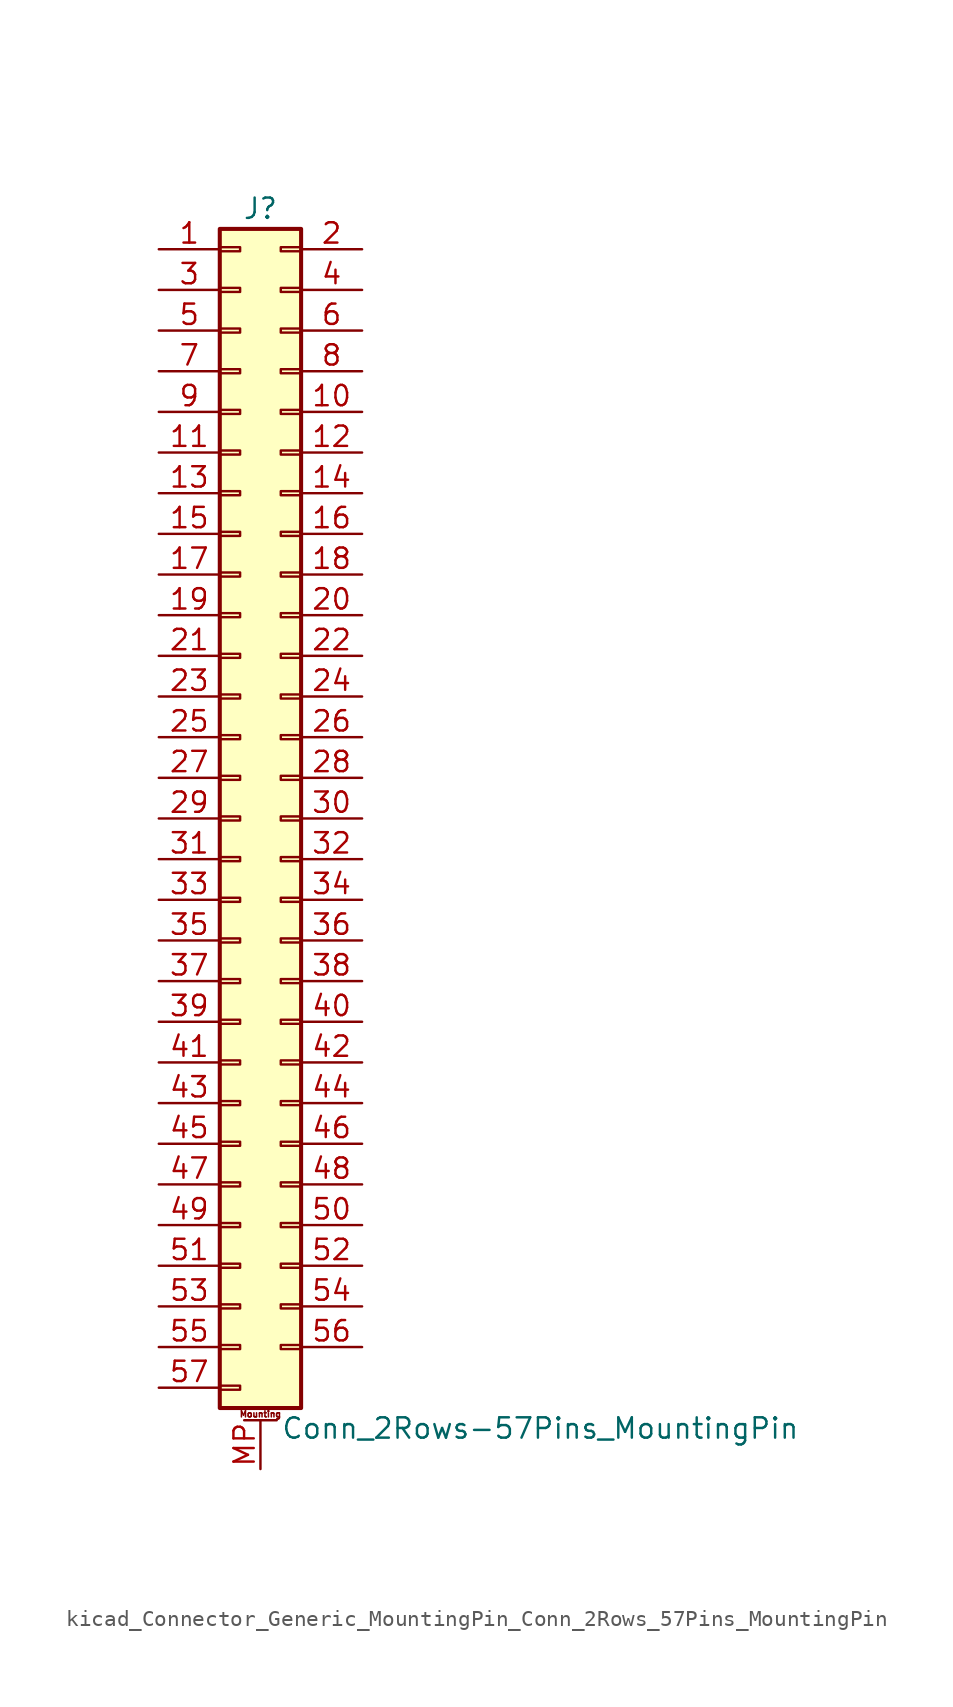
<source format=kicad_sym>
(kicad_symbol_lib
  (version 20220914)
  (generator kicad_symbol_editor)
  (symbol "kicad_Connector_Generic_MountingPin_Conn_2Rows_57Pins_MountingPin"
    (pin_names
      (offset 1.016) hide)
    (property "Reference" "J"
      (at 1.27 38.1 0)
      (effects (font (size 1.27 1.27))))
    (property "Value" "Conn_2Rows-57Pins_MountingPin"
      (at 2.54 -38.1 0)
      (effects (font (size 1.27 1.27)) (justify left)))
    (symbol "kicad_Connector_Generic_MountingPin_Conn_2Rows_57Pins_MountingPin_1_1"
      (rectangle (start -1.27 -35.433) (end 0 -35.687) (stroke (width 0.152) (type default)) (fill (type none)))
      (rectangle (start -1.27 -32.893) (end 0 -33.147) (stroke (width 0.152) (type default)) (fill (type none)))
      (rectangle (start -1.27 -30.353) (end 0 -30.607) (stroke (width 0.152) (type default)) (fill (type none)))
      (rectangle (start -1.27 -27.813) (end 0 -28.067) (stroke (width 0.152) (type default)) (fill (type none)))
      (rectangle (start -1.27 -25.273) (end 0 -25.527) (stroke (width 0.152) (type default)) (fill (type none)))
      (rectangle (start -1.27 -22.733) (end 0 -22.987) (stroke (width 0.152) (type default)) (fill (type none)))
      (rectangle (start -1.27 -20.193) (end 0 -20.447) (stroke (width 0.152) (type default)) (fill (type none)))
      (rectangle (start -1.27 -17.653) (end 0 -17.907) (stroke (width 0.152) (type default)) (fill (type none)))
      (rectangle (start -1.27 -15.113) (end 0 -15.367) (stroke (width 0.152) (type default)) (fill (type none)))
      (rectangle (start -1.27 -12.573) (end 0 -12.827) (stroke (width 0.152) (type default)) (fill (type none)))
      (rectangle (start -1.27 -10.033) (end 0 -10.287) (stroke (width 0.152) (type default)) (fill (type none)))
      (rectangle (start -1.27 -7.493) (end 0 -7.747) (stroke (width 0.152) (type default)) (fill (type none)))
      (rectangle (start -1.27 -4.953) (end 0 -5.207) (stroke (width 0.152) (type default)) (fill (type none)))
      (rectangle (start -1.27 -2.413) (end 0 -2.667) (stroke (width 0.152) (type default)) (fill (type none)))
      (rectangle (start -1.27 0.127) (end 0 -0.127) (stroke (width 0.152) (type default)) (fill (type none)))
      (rectangle (start -1.27 2.667) (end 0 2.413) (stroke (width 0.152) (type default)) (fill (type none)))
      (rectangle (start -1.27 5.207) (end 0 4.953) (stroke (width 0.152) (type default)) (fill (type none)))
      (rectangle (start -1.27 7.747) (end 0 7.493) (stroke (width 0.152) (type default)) (fill (type none)))
      (rectangle (start -1.27 10.287) (end 0 10.033) (stroke (width 0.152) (type default)) (fill (type none)))
      (rectangle (start -1.27 12.827) (end 0 12.573) (stroke (width 0.152) (type default)) (fill (type none)))
      (rectangle (start -1.27 15.367) (end 0 15.113) (stroke (width 0.152) (type default)) (fill (type none)))
      (rectangle (start -1.27 17.907) (end 0 17.653) (stroke (width 0.152) (type default)) (fill (type none)))
      (rectangle (start -1.27 20.447) (end 0 20.193) (stroke (width 0.152) (type default)) (fill (type none)))
      (rectangle (start -1.27 22.987) (end 0 22.733) (stroke (width 0.152) (type default)) (fill (type none)))
      (rectangle (start -1.27 25.527) (end 0 25.273) (stroke (width 0.152) (type default)) (fill (type none)))
      (rectangle (start -1.27 28.067) (end 0 27.813) (stroke (width 0.152) (type default)) (fill (type none)))
      (rectangle (start -1.27 30.607) (end 0 30.353) (stroke (width 0.152) (type default)) (fill (type none)))
      (rectangle (start -1.27 33.147) (end 0 32.893) (stroke (width 0.152) (type default)) (fill (type none)))
      (rectangle (start -1.27 35.687) (end 0 35.433) (stroke (width 0.152) (type default)) (fill (type none)))
      (rectangle (start -1.27 36.83) (end 3.81 -36.83) (stroke (width 0.254) (type default)) (fill (type background)))
      (polyline (pts (xy 0.254 -37.592) (xy 2.286 -37.592)) (stroke (width 0.152) (type default)) (fill (type none)))
      (rectangle (start 3.81 -32.893) (end 2.54 -33.147) (stroke (width 0.152) (type default)) (fill (type none)))
      (rectangle (start 3.81 -30.353) (end 2.54 -30.607) (stroke (width 0.152) (type default)) (fill (type none)))
      (rectangle (start 3.81 -27.813) (end 2.54 -28.067) (stroke (width 0.152) (type default)) (fill (type none)))
      (rectangle (start 3.81 -25.273) (end 2.54 -25.527) (stroke (width 0.152) (type default)) (fill (type none)))
      (rectangle (start 3.81 -22.733) (end 2.54 -22.987) (stroke (width 0.152) (type default)) (fill (type none)))
      (rectangle (start 3.81 -20.193) (end 2.54 -20.447) (stroke (width 0.152) (type default)) (fill (type none)))
      (rectangle (start 3.81 -17.653) (end 2.54 -17.907) (stroke (width 0.152) (type default)) (fill (type none)))
      (rectangle (start 3.81 -15.113) (end 2.54 -15.367) (stroke (width 0.152) (type default)) (fill (type none)))
      (rectangle (start 3.81 -12.573) (end 2.54 -12.827) (stroke (width 0.152) (type default)) (fill (type none)))
      (rectangle (start 3.81 -10.033) (end 2.54 -10.287) (stroke (width 0.152) (type default)) (fill (type none)))
      (rectangle (start 3.81 -7.493) (end 2.54 -7.747) (stroke (width 0.152) (type default)) (fill (type none)))
      (rectangle (start 3.81 -4.953) (end 2.54 -5.207) (stroke (width 0.152) (type default)) (fill (type none)))
      (rectangle (start 3.81 -2.413) (end 2.54 -2.667) (stroke (width 0.152) (type default)) (fill (type none)))
      (rectangle (start 3.81 0.127) (end 2.54 -0.127) (stroke (width 0.152) (type default)) (fill (type none)))
      (rectangle (start 3.81 2.667) (end 2.54 2.413) (stroke (width 0.152) (type default)) (fill (type none)))
      (rectangle (start 3.81 5.207) (end 2.54 4.953) (stroke (width 0.152) (type default)) (fill (type none)))
      (rectangle (start 3.81 7.747) (end 2.54 7.493) (stroke (width 0.152) (type default)) (fill (type none)))
      (rectangle (start 3.81 10.287) (end 2.54 10.033) (stroke (width 0.152) (type default)) (fill (type none)))
      (rectangle (start 3.81 12.827) (end 2.54 12.573) (stroke (width 0.152) (type default)) (fill (type none)))
      (rectangle (start 3.81 15.367) (end 2.54 15.113) (stroke (width 0.152) (type default)) (fill (type none)))
      (rectangle (start 3.81 17.907) (end 2.54 17.653) (stroke (width 0.152) (type default)) (fill (type none)))
      (rectangle (start 3.81 20.447) (end 2.54 20.193) (stroke (width 0.152) (type default)) (fill (type none)))
      (rectangle (start 3.81 22.987) (end 2.54 22.733) (stroke (width 0.152) (type default)) (fill (type none)))
      (rectangle (start 3.81 25.527) (end 2.54 25.273) (stroke (width 0.152) (type default)) (fill (type none)))
      (rectangle (start 3.81 28.067) (end 2.54 27.813) (stroke (width 0.152) (type default)) (fill (type none)))
      (rectangle (start 3.81 30.607) (end 2.54 30.353) (stroke (width 0.152) (type default)) (fill (type none)))
      (rectangle (start 3.81 33.147) (end 2.54 32.893) (stroke (width 0.152) (type default)) (fill (type none)))
      (rectangle (start 3.81 35.687) (end 2.54 35.433) (stroke (width 0.152) (type default)) (fill (type none)))
      (text "Mounting" (at 1.27 -37.211 0) (effects (font (size 0.381 0.381))))
      (pin passive line (at -5.08 35.56 0) (length 3.81) (name "Pin_1" (effects (font (size 1.27 1.27)))) (number "1" (effects (font (size 1.27 1.27)))))
      (pin passive line (at 7.62 25.4 180) (length 3.81) (name "Pin_10" (effects (font (size 1.27 1.27)))) (number "10" (effects (font (size 1.27 1.27)))))
      (pin passive line (at -5.08 22.86 0) (length 3.81) (name "Pin_11" (effects (font (size 1.27 1.27)))) (number "11" (effects (font (size 1.27 1.27)))))
      (pin passive line (at 7.62 22.86 180) (length 3.81) (name "Pin_12" (effects (font (size 1.27 1.27)))) (number "12" (effects (font (size 1.27 1.27)))))
      (pin passive line (at -5.08 20.32 0) (length 3.81) (name "Pin_13" (effects (font (size 1.27 1.27)))) (number "13" (effects (font (size 1.27 1.27)))))
      (pin passive line (at 7.62 20.32 180) (length 3.81) (name "Pin_14" (effects (font (size 1.27 1.27)))) (number "14" (effects (font (size 1.27 1.27)))))
      (pin passive line (at -5.08 17.78 0) (length 3.81) (name "Pin_15" (effects (font (size 1.27 1.27)))) (number "15" (effects (font (size 1.27 1.27)))))
      (pin passive line (at 7.62 17.78 180) (length 3.81) (name "Pin_16" (effects (font (size 1.27 1.27)))) (number "16" (effects (font (size 1.27 1.27)))))
      (pin passive line (at -5.08 15.24 0) (length 3.81) (name "Pin_17" (effects (font (size 1.27 1.27)))) (number "17" (effects (font (size 1.27 1.27)))))
      (pin passive line (at 7.62 15.24 180) (length 3.81) (name "Pin_18" (effects (font (size 1.27 1.27)))) (number "18" (effects (font (size 1.27 1.27)))))
      (pin passive line (at -5.08 12.7 0) (length 3.81) (name "Pin_19" (effects (font (size 1.27 1.27)))) (number "19" (effects (font (size 1.27 1.27)))))
      (pin passive line (at 7.62 35.56 180) (length 3.81) (name "Pin_2" (effects (font (size 1.27 1.27)))) (number "2" (effects (font (size 1.27 1.27)))))
      (pin passive line (at 7.62 12.7 180) (length 3.81) (name "Pin_20" (effects (font (size 1.27 1.27)))) (number "20" (effects (font (size 1.27 1.27)))))
      (pin passive line (at -5.08 10.16 0) (length 3.81) (name "Pin_21" (effects (font (size 1.27 1.27)))) (number "21" (effects (font (size 1.27 1.27)))))
      (pin passive line (at 7.62 10.16 180) (length 3.81) (name "Pin_22" (effects (font (size 1.27 1.27)))) (number "22" (effects (font (size 1.27 1.27)))))
      (pin passive line (at -5.08 7.62 0) (length 3.81) (name "Pin_23" (effects (font (size 1.27 1.27)))) (number "23" (effects (font (size 1.27 1.27)))))
      (pin passive line (at 7.62 7.62 180) (length 3.81) (name "Pin_24" (effects (font (size 1.27 1.27)))) (number "24" (effects (font (size 1.27 1.27)))))
      (pin passive line (at -5.08 5.08 0) (length 3.81) (name "Pin_25" (effects (font (size 1.27 1.27)))) (number "25" (effects (font (size 1.27 1.27)))))
      (pin passive line (at 7.62 5.08 180) (length 3.81) (name "Pin_26" (effects (font (size 1.27 1.27)))) (number "26" (effects (font (size 1.27 1.27)))))
      (pin passive line (at -5.08 2.54 0) (length 3.81) (name "Pin_27" (effects (font (size 1.27 1.27)))) (number "27" (effects (font (size 1.27 1.27)))))
      (pin passive line (at 7.62 2.54 180) (length 3.81) (name "Pin_28" (effects (font (size 1.27 1.27)))) (number "28" (effects (font (size 1.27 1.27)))))
      (pin passive line (at -5.08 0 0) (length 3.81) (name "Pin_29" (effects (font (size 1.27 1.27)))) (number "29" (effects (font (size 1.27 1.27)))))
      (pin passive line (at -5.08 33.02 0) (length 3.81) (name "Pin_3" (effects (font (size 1.27 1.27)))) (number "3" (effects (font (size 1.27 1.27)))))
      (pin passive line (at 7.62 0 180) (length 3.81) (name "Pin_30" (effects (font (size 1.27 1.27)))) (number "30" (effects (font (size 1.27 1.27)))))
      (pin passive line (at -5.08 -2.54 0) (length 3.81) (name "Pin_31" (effects (font (size 1.27 1.27)))) (number "31" (effects (font (size 1.27 1.27)))))
      (pin passive line (at 7.62 -2.54 180) (length 3.81) (name "Pin_32" (effects (font (size 1.27 1.27)))) (number "32" (effects (font (size 1.27 1.27)))))
      (pin passive line (at -5.08 -5.08 0) (length 3.81) (name "Pin_33" (effects (font (size 1.27 1.27)))) (number "33" (effects (font (size 1.27 1.27)))))
      (pin passive line (at 7.62 -5.08 180) (length 3.81) (name "Pin_34" (effects (font (size 1.27 1.27)))) (number "34" (effects (font (size 1.27 1.27)))))
      (pin passive line (at -5.08 -7.62 0) (length 3.81) (name "Pin_35" (effects (font (size 1.27 1.27)))) (number "35" (effects (font (size 1.27 1.27)))))
      (pin passive line (at 7.62 -7.62 180) (length 3.81) (name "Pin_36" (effects (font (size 1.27 1.27)))) (number "36" (effects (font (size 1.27 1.27)))))
      (pin passive line (at -5.08 -10.16 0) (length 3.81) (name "Pin_37" (effects (font (size 1.27 1.27)))) (number "37" (effects (font (size 1.27 1.27)))))
      (pin passive line (at 7.62 -10.16 180) (length 3.81) (name "Pin_38" (effects (font (size 1.27 1.27)))) (number "38" (effects (font (size 1.27 1.27)))))
      (pin passive line (at -5.08 -12.7 0) (length 3.81) (name "Pin_39" (effects (font (size 1.27 1.27)))) (number "39" (effects (font (size 1.27 1.27)))))
      (pin passive line (at 7.62 33.02 180) (length 3.81) (name "Pin_4" (effects (font (size 1.27 1.27)))) (number "4" (effects (font (size 1.27 1.27)))))
      (pin passive line (at 7.62 -12.7 180) (length 3.81) (name "Pin_40" (effects (font (size 1.27 1.27)))) (number "40" (effects (font (size 1.27 1.27)))))
      (pin passive line (at -5.08 -15.24 0) (length 3.81) (name "Pin_41" (effects (font (size 1.27 1.27)))) (number "41" (effects (font (size 1.27 1.27)))))
      (pin passive line (at 7.62 -15.24 180) (length 3.81) (name "Pin_42" (effects (font (size 1.27 1.27)))) (number "42" (effects (font (size 1.27 1.27)))))
      (pin passive line (at -5.08 -17.78 0) (length 3.81) (name "Pin_43" (effects (font (size 1.27 1.27)))) (number "43" (effects (font (size 1.27 1.27)))))
      (pin passive line (at 7.62 -17.78 180) (length 3.81) (name "Pin_44" (effects (font (size 1.27 1.27)))) (number "44" (effects (font (size 1.27 1.27)))))
      (pin passive line (at -5.08 -20.32 0) (length 3.81) (name "Pin_45" (effects (font (size 1.27 1.27)))) (number "45" (effects (font (size 1.27 1.27)))))
      (pin passive line (at 7.62 -20.32 180) (length 3.81) (name "Pin_46" (effects (font (size 1.27 1.27)))) (number "46" (effects (font (size 1.27 1.27)))))
      (pin passive line (at -5.08 -22.86 0) (length 3.81) (name "Pin_47" (effects (font (size 1.27 1.27)))) (number "47" (effects (font (size 1.27 1.27)))))
      (pin passive line (at 7.62 -22.86 180) (length 3.81) (name "Pin_48" (effects (font (size 1.27 1.27)))) (number "48" (effects (font (size 1.27 1.27)))))
      (pin passive line (at -5.08 -25.4 0) (length 3.81) (name "Pin_49" (effects (font (size 1.27 1.27)))) (number "49" (effects (font (size 1.27 1.27)))))
      (pin passive line (at -5.08 30.48 0) (length 3.81) (name "Pin_5" (effects (font (size 1.27 1.27)))) (number "5" (effects (font (size 1.27 1.27)))))
      (pin passive line (at 7.62 -25.4 180) (length 3.81) (name "Pin_50" (effects (font (size 1.27 1.27)))) (number "50" (effects (font (size 1.27 1.27)))))
      (pin passive line (at -5.08 -27.94 0) (length 3.81) (name "Pin_51" (effects (font (size 1.27 1.27)))) (number "51" (effects (font (size 1.27 1.27)))))
      (pin passive line (at 7.62 -27.94 180) (length 3.81) (name "Pin_52" (effects (font (size 1.27 1.27)))) (number "52" (effects (font (size 1.27 1.27)))))
      (pin passive line (at -5.08 -30.48 0) (length 3.81) (name "Pin_53" (effects (font (size 1.27 1.27)))) (number "53" (effects (font (size 1.27 1.27)))))
      (pin passive line (at 7.62 -30.48 180) (length 3.81) (name "Pin_54" (effects (font (size 1.27 1.27)))) (number "54" (effects (font (size 1.27 1.27)))))
      (pin passive line (at -5.08 -33.02 0) (length 3.81) (name "Pin_55" (effects (font (size 1.27 1.27)))) (number "55" (effects (font (size 1.27 1.27)))))
      (pin passive line (at 7.62 -33.02 180) (length 3.81) (name "Pin_56" (effects (font (size 1.27 1.27)))) (number "56" (effects (font (size 1.27 1.27)))))
      (pin passive line (at -5.08 -35.56 0) (length 3.81) (name "Pin_57" (effects (font (size 1.27 1.27)))) (number "57" (effects (font (size 1.27 1.27)))))
      (pin passive line (at 7.62 30.48 180) (length 3.81) (name "Pin_6" (effects (font (size 1.27 1.27)))) (number "6" (effects (font (size 1.27 1.27)))))
      (pin passive line (at -5.08 27.94 0) (length 3.81) (name "Pin_7" (effects (font (size 1.27 1.27)))) (number "7" (effects (font (size 1.27 1.27)))))
      (pin passive line (at 7.62 27.94 180) (length 3.81) (name "Pin_8" (effects (font (size 1.27 1.27)))) (number "8" (effects (font (size 1.27 1.27)))))
      (pin passive line (at -5.08 25.4 0) (length 3.81) (name "Pin_9" (effects (font (size 1.27 1.27)))) (number "9" (effects (font (size 1.27 1.27)))))
      (pin passive line (at 1.27 -40.64 90) (length 3.048) (name "MountPin" (effects (font (size 1.27 1.27)))) (number "MP" (effects (font (size 1.27 1.27))))))))
</source>
